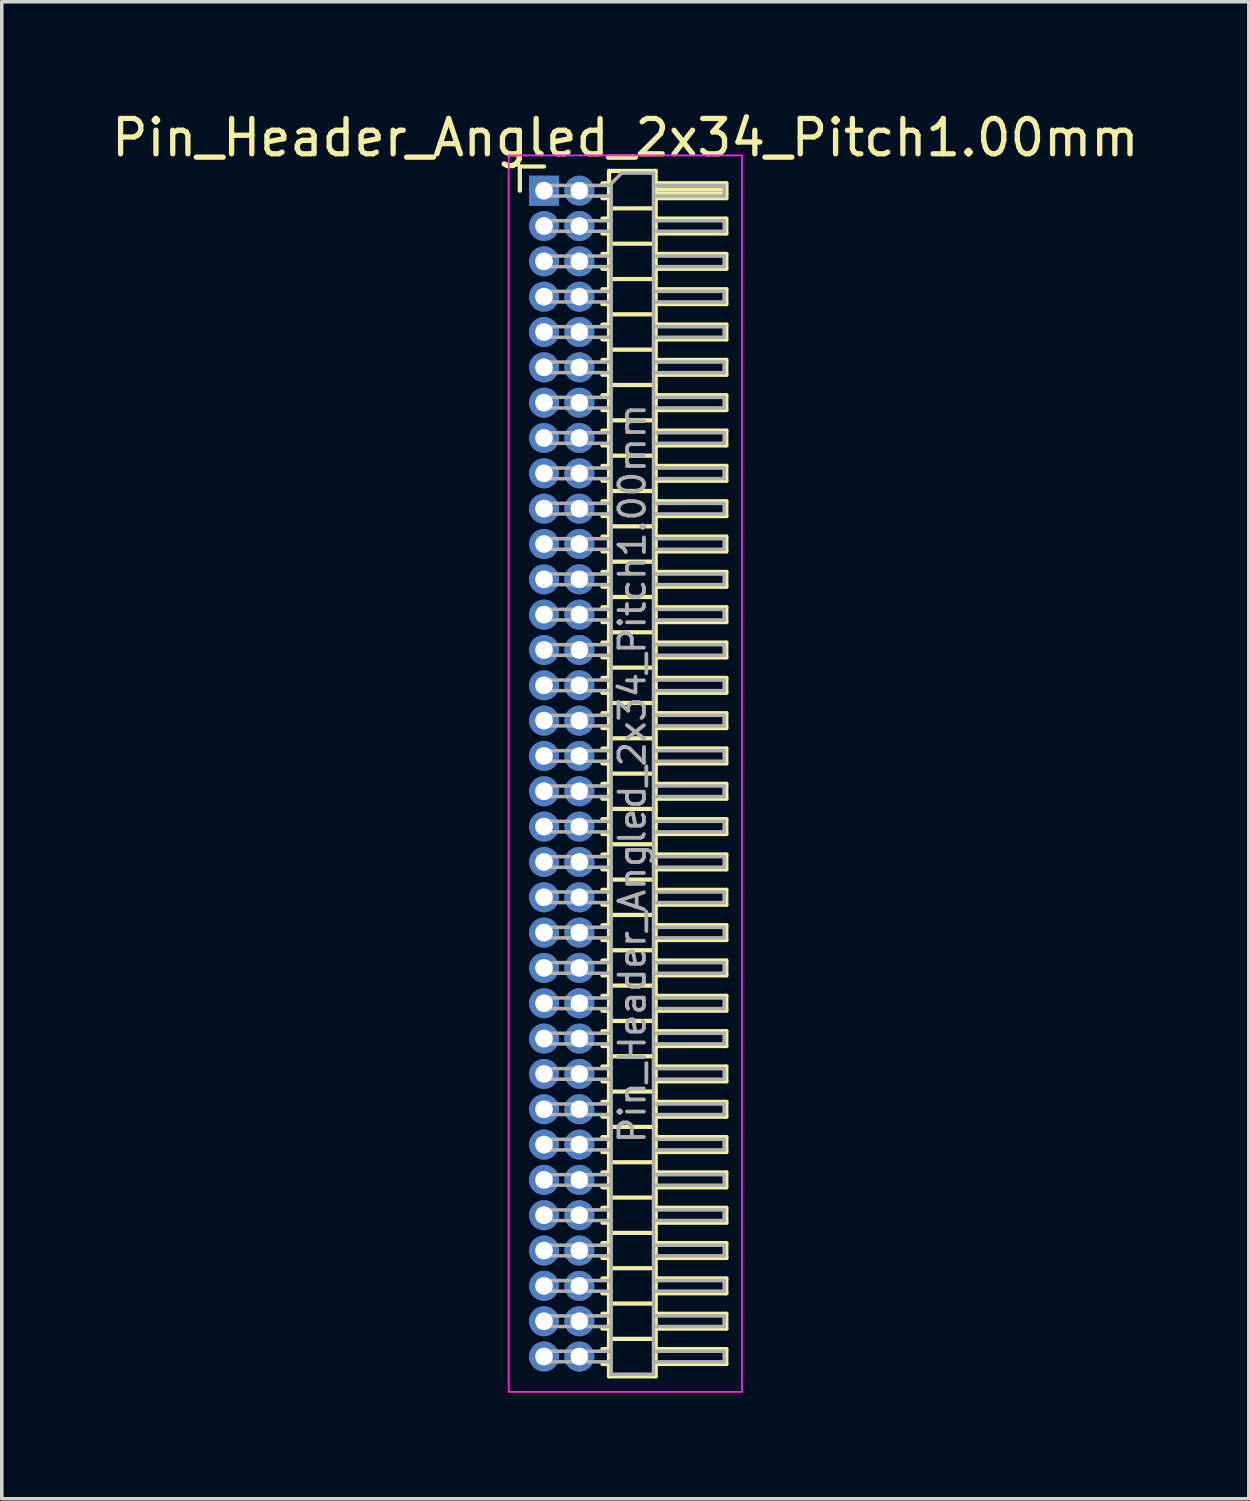
<source format=kicad_pcb>
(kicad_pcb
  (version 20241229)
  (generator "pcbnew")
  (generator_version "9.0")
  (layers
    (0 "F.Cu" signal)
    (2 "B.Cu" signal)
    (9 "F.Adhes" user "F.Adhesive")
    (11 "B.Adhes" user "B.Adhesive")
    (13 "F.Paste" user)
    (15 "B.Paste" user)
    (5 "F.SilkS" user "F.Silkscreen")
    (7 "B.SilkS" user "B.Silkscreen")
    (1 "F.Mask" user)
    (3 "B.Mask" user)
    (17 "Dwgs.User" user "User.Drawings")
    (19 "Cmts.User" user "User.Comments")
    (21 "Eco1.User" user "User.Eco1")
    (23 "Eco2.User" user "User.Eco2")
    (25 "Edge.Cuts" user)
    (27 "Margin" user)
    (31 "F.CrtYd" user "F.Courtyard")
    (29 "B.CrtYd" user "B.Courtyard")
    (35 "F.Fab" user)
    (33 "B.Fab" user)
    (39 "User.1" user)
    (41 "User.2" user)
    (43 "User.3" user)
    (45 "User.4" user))
  (footprint "Pin_Header_Angled_2x34_Pitch1.00mm"
    (layer "F.Cu")
    (at 12.349 2.348)
    (property "Reference" "Pin_Header_Angled_2x34_Pitch1.00mm" (at 2.3 -1.5 0) (layer "F.SilkS") (effects (font (size 1 1) (thickness 0.15))))
    (attr through_hole)
    (fp_line (start -0.685 -0.685) (end 0 -0.685) (stroke (width 0.12) (type solid)) (layer "F.SilkS"))
    (fp_line (start -0.685 0) (end -0.685 -0.685) (stroke (width 0.12) (type solid)) (layer "F.SilkS"))
    (fp_line (start 1.652 -0.21) (end 1.84 -0.21) (stroke (width 0.12) (type solid)) (layer "F.SilkS"))
    (fp_line (start 1.652 0.21) (end 1.84 0.21) (stroke (width 0.12) (type solid)) (layer "F.SilkS"))
    (fp_line (start 1.652 0.79) (end 1.84 0.79) (stroke (width 0.12) (type solid)) (layer "F.SilkS"))
    (fp_line (start 1.652 1.21) (end 1.84 1.21) (stroke (width 0.12) (type solid)) (layer "F.SilkS"))
    (fp_line (start 1.652 1.79) (end 1.84 1.79) (stroke (width 0.12) (type solid)) (layer "F.SilkS"))
    (fp_line (start 1.652 2.21) (end 1.84 2.21) (stroke (width 0.12) (type solid)) (layer "F.SilkS"))
    (fp_line (start 1.652 2.79) (end 1.84 2.79) (stroke (width 0.12) (type solid)) (layer "F.SilkS"))
    (fp_line (start 1.652 3.21) (end 1.84 3.21) (stroke (width 0.12) (type solid)) (layer "F.SilkS"))
    (fp_line (start 1.652 3.79) (end 1.84 3.79) (stroke (width 0.12) (type solid)) (layer "F.SilkS"))
    (fp_line (start 1.652 4.21) (end 1.84 4.21) (stroke (width 0.12) (type solid)) (layer "F.SilkS"))
    (fp_line (start 1.652 4.79) (end 1.84 4.79) (stroke (width 0.12) (type solid)) (layer "F.SilkS"))
    (fp_line (start 1.652 5.21) (end 1.84 5.21) (stroke (width 0.12) (type solid)) (layer "F.SilkS"))
    (fp_line (start 1.652 5.79) (end 1.84 5.79) (stroke (width 0.12) (type solid)) (layer "F.SilkS"))
    (fp_line (start 1.652 6.21) (end 1.84 6.21) (stroke (width 0.12) (type solid)) (layer "F.SilkS"))
    (fp_line (start 1.652 6.79) (end 1.84 6.79) (stroke (width 0.12) (type solid)) (layer "F.SilkS"))
    (fp_line (start 1.652 7.21) (end 1.84 7.21) (stroke (width 0.12) (type solid)) (layer "F.SilkS"))
    (fp_line (start 1.652 7.79) (end 1.84 7.79) (stroke (width 0.12) (type solid)) (layer "F.SilkS"))
    (fp_line (start 1.652 8.21) (end 1.84 8.21) (stroke (width 0.12) (type solid)) (layer "F.SilkS"))
    (fp_line (start 1.652 8.79) (end 1.84 8.79) (stroke (width 0.12) (type solid)) (layer "F.SilkS"))
    (fp_line (start 1.652 9.21) (end 1.84 9.21) (stroke (width 0.12) (type solid)) (layer "F.SilkS"))
    (fp_line (start 1.652 9.79) (end 1.84 9.79) (stroke (width 0.12) (type solid)) (layer "F.SilkS"))
    (fp_line (start 1.652 10.21) (end 1.84 10.21) (stroke (width 0.12) (type solid)) (layer "F.SilkS"))
    (fp_line (start 1.652 10.79) (end 1.84 10.79) (stroke (width 0.12) (type solid)) (layer "F.SilkS"))
    (fp_line (start 1.652 11.21) (end 1.84 11.21) (stroke (width 0.12) (type solid)) (layer "F.SilkS"))
    (fp_line (start 1.652 11.79) (end 1.84 11.79) (stroke (width 0.12) (type solid)) (layer "F.SilkS"))
    (fp_line (start 1.652 12.21) (end 1.84 12.21) (stroke (width 0.12) (type solid)) (layer "F.SilkS"))
    (fp_line (start 1.652 12.79) (end 1.84 12.79) (stroke (width 0.12) (type solid)) (layer "F.SilkS"))
    (fp_line (start 1.652 13.21) (end 1.84 13.21) (stroke (width 0.12) (type solid)) (layer "F.SilkS"))
    (fp_line (start 1.652 13.79) (end 1.84 13.79) (stroke (width 0.12) (type solid)) (layer "F.SilkS"))
    (fp_line (start 1.652 14.21) (end 1.84 14.21) (stroke (width 0.12) (type solid)) (layer "F.SilkS"))
    (fp_line (start 1.652 14.79) (end 1.84 14.79) (stroke (width 0.12) (type solid)) (layer "F.SilkS"))
    (fp_line (start 1.652 15.21) (end 1.84 15.21) (stroke (width 0.12) (type solid)) (layer "F.SilkS"))
    (fp_line (start 1.652 15.79) (end 1.84 15.79) (stroke (width 0.12) (type solid)) (layer "F.SilkS"))
    (fp_line (start 1.652 16.21) (end 1.84 16.21) (stroke (width 0.12) (type solid)) (layer "F.SilkS"))
    (fp_line (start 1.652 16.79) (end 1.84 16.79) (stroke (width 0.12) (type solid)) (layer "F.SilkS"))
    (fp_line (start 1.652 17.21) (end 1.84 17.21) (stroke (width 0.12) (type solid)) (layer "F.SilkS"))
    (fp_line (start 1.652 17.79) (end 1.84 17.79) (stroke (width 0.12) (type solid)) (layer "F.SilkS"))
    (fp_line (start 1.652 18.21) (end 1.84 18.21) (stroke (width 0.12) (type solid)) (layer "F.SilkS"))
    (fp_line (start 1.652 18.79) (end 1.84 18.79) (stroke (width 0.12) (type solid)) (layer "F.SilkS"))
    (fp_line (start 1.652 19.21) (end 1.84 19.21) (stroke (width 0.12) (type solid)) (layer "F.SilkS"))
    (fp_line (start 1.652 19.79) (end 1.84 19.79) (stroke (width 0.12) (type solid)) (layer "F.SilkS"))
    (fp_line (start 1.652 20.21) (end 1.84 20.21) (stroke (width 0.12) (type solid)) (layer "F.SilkS"))
    (fp_line (start 1.652 20.79) (end 1.84 20.79) (stroke (width 0.12) (type solid)) (layer "F.SilkS"))
    (fp_line (start 1.652 21.21) (end 1.84 21.21) (stroke (width 0.12) (type solid)) (layer "F.SilkS"))
    (fp_line (start 1.652 21.79) (end 1.84 21.79) (stroke (width 0.12) (type solid)) (layer "F.SilkS"))
    (fp_line (start 1.652 22.21) (end 1.84 22.21) (stroke (width 0.12) (type solid)) (layer "F.SilkS"))
    (fp_line (start 1.652 22.79) (end 1.84 22.79) (stroke (width 0.12) (type solid)) (layer "F.SilkS"))
    (fp_line (start 1.652 23.21) (end 1.84 23.21) (stroke (width 0.12) (type solid)) (layer "F.SilkS"))
    (fp_line (start 1.652 23.79) (end 1.84 23.79) (stroke (width 0.12) (type solid)) (layer "F.SilkS"))
    (fp_line (start 1.652 24.21) (end 1.84 24.21) (stroke (width 0.12) (type solid)) (layer "F.SilkS"))
    (fp_line (start 1.652 24.79) (end 1.84 24.79) (stroke (width 0.12) (type solid)) (layer "F.SilkS"))
    (fp_line (start 1.652 25.21) (end 1.84 25.21) (stroke (width 0.12) (type solid)) (layer "F.SilkS"))
    (fp_line (start 1.652 25.79) (end 1.84 25.79) (stroke (width 0.12) (type solid)) (layer "F.SilkS"))
    (fp_line (start 1.652 26.21) (end 1.84 26.21) (stroke (width 0.12) (type solid)) (layer "F.SilkS"))
    (fp_line (start 1.652 26.79) (end 1.84 26.79) (stroke (width 0.12) (type solid)) (layer "F.SilkS"))
    (fp_line (start 1.652 27.21) (end 1.84 27.21) (stroke (width 0.12) (type solid)) (layer "F.SilkS"))
    (fp_line (start 1.652 27.79) (end 1.84 27.79) (stroke (width 0.12) (type solid)) (layer "F.SilkS"))
    (fp_line (start 1.652 28.21) (end 1.84 28.21) (stroke (width 0.12) (type solid)) (layer "F.SilkS"))
    (fp_line (start 1.652 28.79) (end 1.84 28.79) (stroke (width 0.12) (type solid)) (layer "F.SilkS"))
    (fp_line (start 1.652 29.21) (end 1.84 29.21) (stroke (width 0.12) (type solid)) (layer "F.SilkS"))
    (fp_line (start 1.652 29.79) (end 1.84 29.79) (stroke (width 0.12) (type solid)) (layer "F.SilkS"))
    (fp_line (start 1.652 30.21) (end 1.84 30.21) (stroke (width 0.12) (type solid)) (layer "F.SilkS"))
    (fp_line (start 1.652 30.79) (end 1.84 30.79) (stroke (width 0.12) (type solid)) (layer "F.SilkS"))
    (fp_line (start 1.652 31.21) (end 1.84 31.21) (stroke (width 0.12) (type solid)) (layer "F.SilkS"))
    (fp_line (start 1.652 31.79) (end 1.84 31.79) (stroke (width 0.12) (type solid)) (layer "F.SilkS"))
    (fp_line (start 1.652 32.21) (end 1.84 32.21) (stroke (width 0.12) (type solid)) (layer "F.SilkS"))
    (fp_line (start 1.652 32.79) (end 1.84 32.79) (stroke (width 0.12) (type solid)) (layer "F.SilkS"))
    (fp_line (start 1.652 33.21) (end 1.84 33.21) (stroke (width 0.12) (type solid)) (layer "F.SilkS"))
    (fp_line (start 1.84 -0.56) (end 1.84 33.56) (stroke (width 0.12) (type solid)) (layer "F.SilkS"))
    (fp_line (start 1.84 0.5) (end 3.16 0.5) (stroke (width 0.12) (type solid)) (layer "F.SilkS"))
    (fp_line (start 1.84 1.5) (end 3.16 1.5) (stroke (width 0.12) (type solid)) (layer "F.SilkS"))
    (fp_line (start 1.84 2.5) (end 3.16 2.5) (stroke (width 0.12) (type solid)) (layer "F.SilkS"))
    (fp_line (start 1.84 3.5) (end 3.16 3.5) (stroke (width 0.12) (type solid)) (layer "F.SilkS"))
    (fp_line (start 1.84 4.5) (end 3.16 4.5) (stroke (width 0.12) (type solid)) (layer "F.SilkS"))
    (fp_line (start 1.84 5.5) (end 3.16 5.5) (stroke (width 0.12) (type solid)) (layer "F.SilkS"))
    (fp_line (start 1.84 6.5) (end 3.16 6.5) (stroke (width 0.12) (type solid)) (layer "F.SilkS"))
    (fp_line (start 1.84 7.5) (end 3.16 7.5) (stroke (width 0.12) (type solid)) (layer "F.SilkS"))
    (fp_line (start 1.84 8.5) (end 3.16 8.5) (stroke (width 0.12) (type solid)) (layer "F.SilkS"))
    (fp_line (start 1.84 9.5) (end 3.16 9.5) (stroke (width 0.12) (type solid)) (layer "F.SilkS"))
    (fp_line (start 1.84 10.5) (end 3.16 10.5) (stroke (width 0.12) (type solid)) (layer "F.SilkS"))
    (fp_line (start 1.84 11.5) (end 3.16 11.5) (stroke (width 0.12) (type solid)) (layer "F.SilkS"))
    (fp_line (start 1.84 12.5) (end 3.16 12.5) (stroke (width 0.12) (type solid)) (layer "F.SilkS"))
    (fp_line (start 1.84 13.5) (end 3.16 13.5) (stroke (width 0.12) (type solid)) (layer "F.SilkS"))
    (fp_line (start 1.84 14.5) (end 3.16 14.5) (stroke (width 0.12) (type solid)) (layer "F.SilkS"))
    (fp_line (start 1.84 15.5) (end 3.16 15.5) (stroke (width 0.12) (type solid)) (layer "F.SilkS"))
    (fp_line (start 1.84 16.5) (end 3.16 16.5) (stroke (width 0.12) (type solid)) (layer "F.SilkS"))
    (fp_line (start 1.84 17.5) (end 3.16 17.5) (stroke (width 0.12) (type solid)) (layer "F.SilkS"))
    (fp_line (start 1.84 18.5) (end 3.16 18.5) (stroke (width 0.12) (type solid)) (layer "F.SilkS"))
    (fp_line (start 1.84 19.5) (end 3.16 19.5) (stroke (width 0.12) (type solid)) (layer "F.SilkS"))
    (fp_line (start 1.84 20.5) (end 3.16 20.5) (stroke (width 0.12) (type solid)) (layer "F.SilkS"))
    (fp_line (start 1.84 21.5) (end 3.16 21.5) (stroke (width 0.12) (type solid)) (layer "F.SilkS"))
    (fp_line (start 1.84 22.5) (end 3.16 22.5) (stroke (width 0.12) (type solid)) (layer "F.SilkS"))
    (fp_line (start 1.84 23.5) (end 3.16 23.5) (stroke (width 0.12) (type solid)) (layer "F.SilkS"))
    (fp_line (start 1.84 24.5) (end 3.16 24.5) (stroke (width 0.12) (type solid)) (layer "F.SilkS"))
    (fp_line (start 1.84 25.5) (end 3.16 25.5) (stroke (width 0.12) (type solid)) (layer "F.SilkS"))
    (fp_line (start 1.84 26.5) (end 3.16 26.5) (stroke (width 0.12) (type solid)) (layer "F.SilkS"))
    (fp_line (start 1.84 27.5) (end 3.16 27.5) (stroke (width 0.12) (type solid)) (layer "F.SilkS"))
    (fp_line (start 1.84 28.5) (end 3.16 28.5) (stroke (width 0.12) (type solid)) (layer "F.SilkS"))
    (fp_line (start 1.84 29.5) (end 3.16 29.5) (stroke (width 0.12) (type solid)) (layer "F.SilkS"))
    (fp_line (start 1.84 30.5) (end 3.16 30.5) (stroke (width 0.12) (type solid)) (layer "F.SilkS"))
    (fp_line (start 1.84 31.5) (end 3.16 31.5) (stroke (width 0.12) (type solid)) (layer "F.SilkS"))
    (fp_line (start 1.84 32.5) (end 3.16 32.5) (stroke (width 0.12) (type solid)) (layer "F.SilkS"))
    (fp_line (start 1.84 33.56) (end 3.16 33.56) (stroke (width 0.12) (type solid)) (layer "F.SilkS"))
    (fp_line (start 3.16 -0.56) (end 1.84 -0.56) (stroke (width 0.12) (type solid)) (layer "F.SilkS"))
    (fp_line (start 3.16 -0.21) (end 5.16 -0.21) (stroke (width 0.12) (type solid)) (layer "F.SilkS"))
    (fp_line (start 3.16 -0.15) (end 5.16 -0.15) (stroke (width 0.12) (type solid)) (layer "F.SilkS"))
    (fp_line (start 3.16 -0.03) (end 5.16 -0.03) (stroke (width 0.12) (type solid)) (layer "F.SilkS"))
    (fp_line (start 3.16 0.09) (end 5.16 0.09) (stroke (width 0.12) (type solid)) (layer "F.SilkS"))
    (fp_line (start 3.16 0.79) (end 5.16 0.79) (stroke (width 0.12) (type solid)) (layer "F.SilkS"))
    (fp_line (start 3.16 1.79) (end 5.16 1.79) (stroke (width 0.12) (type solid)) (layer "F.SilkS"))
    (fp_line (start 3.16 2.79) (end 5.16 2.79) (stroke (width 0.12) (type solid)) (layer "F.SilkS"))
    (fp_line (start 3.16 3.79) (end 5.16 3.79) (stroke (width 0.12) (type solid)) (layer "F.SilkS"))
    (fp_line (start 3.16 4.79) (end 5.16 4.79) (stroke (width 0.12) (type solid)) (layer "F.SilkS"))
    (fp_line (start 3.16 5.79) (end 5.16 5.79) (stroke (width 0.12) (type solid)) (layer "F.SilkS"))
    (fp_line (start 3.16 6.79) (end 5.16 6.79) (stroke (width 0.12) (type solid)) (layer "F.SilkS"))
    (fp_line (start 3.16 7.79) (end 5.16 7.79) (stroke (width 0.12) (type solid)) (layer "F.SilkS"))
    (fp_line (start 3.16 8.79) (end 5.16 8.79) (stroke (width 0.12) (type solid)) (layer "F.SilkS"))
    (fp_line (start 3.16 9.79) (end 5.16 9.79) (stroke (width 0.12) (type solid)) (layer "F.SilkS"))
    (fp_line (start 3.16 10.79) (end 5.16 10.79) (stroke (width 0.12) (type solid)) (layer "F.SilkS"))
    (fp_line (start 3.16 11.79) (end 5.16 11.79) (stroke (width 0.12) (type solid)) (layer "F.SilkS"))
    (fp_line (start 3.16 12.79) (end 5.16 12.79) (stroke (width 0.12) (type solid)) (layer "F.SilkS"))
    (fp_line (start 3.16 13.79) (end 5.16 13.79) (stroke (width 0.12) (type solid)) (layer "F.SilkS"))
    (fp_line (start 3.16 14.79) (end 5.16 14.79) (stroke (width 0.12) (type solid)) (layer "F.SilkS"))
    (fp_line (start 3.16 15.79) (end 5.16 15.79) (stroke (width 0.12) (type solid)) (layer "F.SilkS"))
    (fp_line (start 3.16 16.79) (end 5.16 16.79) (stroke (width 0.12) (type solid)) (layer "F.SilkS"))
    (fp_line (start 3.16 17.79) (end 5.16 17.79) (stroke (width 0.12) (type solid)) (layer "F.SilkS"))
    (fp_line (start 3.16 18.79) (end 5.16 18.79) (stroke (width 0.12) (type solid)) (layer "F.SilkS"))
    (fp_line (start 3.16 19.79) (end 5.16 19.79) (stroke (width 0.12) (type solid)) (layer "F.SilkS"))
    (fp_line (start 3.16 20.79) (end 5.16 20.79) (stroke (width 0.12) (type solid)) (layer "F.SilkS"))
    (fp_line (start 3.16 21.79) (end 5.16 21.79) (stroke (width 0.12) (type solid)) (layer "F.SilkS"))
    (fp_line (start 3.16 22.79) (end 5.16 22.79) (stroke (width 0.12) (type solid)) (layer "F.SilkS"))
    (fp_line (start 3.16 23.79) (end 5.16 23.79) (stroke (width 0.12) (type solid)) (layer "F.SilkS"))
    (fp_line (start 3.16 24.79) (end 5.16 24.79) (stroke (width 0.12) (type solid)) (layer "F.SilkS"))
    (fp_line (start 3.16 25.79) (end 5.16 25.79) (stroke (width 0.12) (type solid)) (layer "F.SilkS"))
    (fp_line (start 3.16 26.79) (end 5.16 26.79) (stroke (width 0.12) (type solid)) (layer "F.SilkS"))
    (fp_line (start 3.16 27.79) (end 5.16 27.79) (stroke (width 0.12) (type solid)) (layer "F.SilkS"))
    (fp_line (start 3.16 28.79) (end 5.16 28.79) (stroke (width 0.12) (type solid)) (layer "F.SilkS"))
    (fp_line (start 3.16 29.79) (end 5.16 29.79) (stroke (width 0.12) (type solid)) (layer "F.SilkS"))
    (fp_line (start 3.16 30.79) (end 5.16 30.79) (stroke (width 0.12) (type solid)) (layer "F.SilkS"))
    (fp_line (start 3.16 31.79) (end 5.16 31.79) (stroke (width 0.12) (type solid)) (layer "F.SilkS"))
    (fp_line (start 3.16 32.79) (end 5.16 32.79) (stroke (width 0.12) (type solid)) (layer "F.SilkS"))
    (fp_line (start 3.16 33.56) (end 3.16 -0.56) (stroke (width 0.12) (type solid)) (layer "F.SilkS"))
    (fp_line (start 5.16 -0.21) (end 5.16 0.21) (stroke (width 0.12) (type solid)) (layer "F.SilkS"))
    (fp_line (start 5.16 0.21) (end 3.16 0.21) (stroke (width 0.12) (type solid)) (layer "F.SilkS"))
    (fp_line (start 5.16 0.79) (end 5.16 1.21) (stroke (width 0.12) (type solid)) (layer "F.SilkS"))
    (fp_line (start 5.16 1.21) (end 3.16 1.21) (stroke (width 0.12) (type solid)) (layer "F.SilkS"))
    (fp_line (start 5.16 1.79) (end 5.16 2.21) (stroke (width 0.12) (type solid)) (layer "F.SilkS"))
    (fp_line (start 5.16 2.21) (end 3.16 2.21) (stroke (width 0.12) (type solid)) (layer "F.SilkS"))
    (fp_line (start 5.16 2.79) (end 5.16 3.21) (stroke (width 0.12) (type solid)) (layer "F.SilkS"))
    (fp_line (start 5.16 3.21) (end 3.16 3.21) (stroke (width 0.12) (type solid)) (layer "F.SilkS"))
    (fp_line (start 5.16 3.79) (end 5.16 4.21) (stroke (width 0.12) (type solid)) (layer "F.SilkS"))
    (fp_line (start 5.16 4.21) (end 3.16 4.21) (stroke (width 0.12) (type solid)) (layer "F.SilkS"))
    (fp_line (start 5.16 4.79) (end 5.16 5.21) (stroke (width 0.12) (type solid)) (layer "F.SilkS"))
    (fp_line (start 5.16 5.21) (end 3.16 5.21) (stroke (width 0.12) (type solid)) (layer "F.SilkS"))
    (fp_line (start 5.16 5.79) (end 5.16 6.21) (stroke (width 0.12) (type solid)) (layer "F.SilkS"))
    (fp_line (start 5.16 6.21) (end 3.16 6.21) (stroke (width 0.12) (type solid)) (layer "F.SilkS"))
    (fp_line (start 5.16 6.79) (end 5.16 7.21) (stroke (width 0.12) (type solid)) (layer "F.SilkS"))
    (fp_line (start 5.16 7.21) (end 3.16 7.21) (stroke (width 0.12) (type solid)) (layer "F.SilkS"))
    (fp_line (start 5.16 7.79) (end 5.16 8.21) (stroke (width 0.12) (type solid)) (layer "F.SilkS"))
    (fp_line (start 5.16 8.21) (end 3.16 8.21) (stroke (width 0.12) (type solid)) (layer "F.SilkS"))
    (fp_line (start 5.16 8.79) (end 5.16 9.21) (stroke (width 0.12) (type solid)) (layer "F.SilkS"))
    (fp_line (start 5.16 9.21) (end 3.16 9.21) (stroke (width 0.12) (type solid)) (layer "F.SilkS"))
    (fp_line (start 5.16 9.79) (end 5.16 10.21) (stroke (width 0.12) (type solid)) (layer "F.SilkS"))
    (fp_line (start 5.16 10.21) (end 3.16 10.21) (stroke (width 0.12) (type solid)) (layer "F.SilkS"))
    (fp_line (start 5.16 10.79) (end 5.16 11.21) (stroke (width 0.12) (type solid)) (layer "F.SilkS"))
    (fp_line (start 5.16 11.21) (end 3.16 11.21) (stroke (width 0.12) (type solid)) (layer "F.SilkS"))
    (fp_line (start 5.16 11.79) (end 5.16 12.21) (stroke (width 0.12) (type solid)) (layer "F.SilkS"))
    (fp_line (start 5.16 12.21) (end 3.16 12.21) (stroke (width 0.12) (type solid)) (layer "F.SilkS"))
    (fp_line (start 5.16 12.79) (end 5.16 13.21) (stroke (width 0.12) (type solid)) (layer "F.SilkS"))
    (fp_line (start 5.16 13.21) (end 3.16 13.21) (stroke (width 0.12) (type solid)) (layer "F.SilkS"))
    (fp_line (start 5.16 13.79) (end 5.16 14.21) (stroke (width 0.12) (type solid)) (layer "F.SilkS"))
    (fp_line (start 5.16 14.21) (end 3.16 14.21) (stroke (width 0.12) (type solid)) (layer "F.SilkS"))
    (fp_line (start 5.16 14.79) (end 5.16 15.21) (stroke (width 0.12) (type solid)) (layer "F.SilkS"))
    (fp_line (start 5.16 15.21) (end 3.16 15.21) (stroke (width 0.12) (type solid)) (layer "F.SilkS"))
    (fp_line (start 5.16 15.79) (end 5.16 16.21) (stroke (width 0.12) (type solid)) (layer "F.SilkS"))
    (fp_line (start 5.16 16.21) (end 3.16 16.21) (stroke (width 0.12) (type solid)) (layer "F.SilkS"))
    (fp_line (start 5.16 16.79) (end 5.16 17.21) (stroke (width 0.12) (type solid)) (layer "F.SilkS"))
    (fp_line (start 5.16 17.21) (end 3.16 17.21) (stroke (width 0.12) (type solid)) (layer "F.SilkS"))
    (fp_line (start 5.16 17.79) (end 5.16 18.21) (stroke (width 0.12) (type solid)) (layer "F.SilkS"))
    (fp_line (start 5.16 18.21) (end 3.16 18.21) (stroke (width 0.12) (type solid)) (layer "F.SilkS"))
    (fp_line (start 5.16 18.79) (end 5.16 19.21) (stroke (width 0.12) (type solid)) (layer "F.SilkS"))
    (fp_line (start 5.16 19.21) (end 3.16 19.21) (stroke (width 0.12) (type solid)) (layer "F.SilkS"))
    (fp_line (start 5.16 19.79) (end 5.16 20.21) (stroke (width 0.12) (type solid)) (layer "F.SilkS"))
    (fp_line (start 5.16 20.21) (end 3.16 20.21) (stroke (width 0.12) (type solid)) (layer "F.SilkS"))
    (fp_line (start 5.16 20.79) (end 5.16 21.21) (stroke (width 0.12) (type solid)) (layer "F.SilkS"))
    (fp_line (start 5.16 21.21) (end 3.16 21.21) (stroke (width 0.12) (type solid)) (layer "F.SilkS"))
    (fp_line (start 5.16 21.79) (end 5.16 22.21) (stroke (width 0.12) (type solid)) (layer "F.SilkS"))
    (fp_line (start 5.16 22.21) (end 3.16 22.21) (stroke (width 0.12) (type solid)) (layer "F.SilkS"))
    (fp_line (start 5.16 22.79) (end 5.16 23.21) (stroke (width 0.12) (type solid)) (layer "F.SilkS"))
    (fp_line (start 5.16 23.21) (end 3.16 23.21) (stroke (width 0.12) (type solid)) (layer "F.SilkS"))
    (fp_line (start 5.16 23.79) (end 5.16 24.21) (stroke (width 0.12) (type solid)) (layer "F.SilkS"))
    (fp_line (start 5.16 24.21) (end 3.16 24.21) (stroke (width 0.12) (type solid)) (layer "F.SilkS"))
    (fp_line (start 5.16 24.79) (end 5.16 25.21) (stroke (width 0.12) (type solid)) (layer "F.SilkS"))
    (fp_line (start 5.16 25.21) (end 3.16 25.21) (stroke (width 0.12) (type solid)) (layer "F.SilkS"))
    (fp_line (start 5.16 25.79) (end 5.16 26.21) (stroke (width 0.12) (type solid)) (layer "F.SilkS"))
    (fp_line (start 5.16 26.21) (end 3.16 26.21) (stroke (width 0.12) (type solid)) (layer "F.SilkS"))
    (fp_line (start 5.16 26.79) (end 5.16 27.21) (stroke (width 0.12) (type solid)) (layer "F.SilkS"))
    (fp_line (start 5.16 27.21) (end 3.16 27.21) (stroke (width 0.12) (type solid)) (layer "F.SilkS"))
    (fp_line (start 5.16 27.79) (end 5.16 28.21) (stroke (width 0.12) (type solid)) (layer "F.SilkS"))
    (fp_line (start 5.16 28.21) (end 3.16 28.21) (stroke (width 0.12) (type solid)) (layer "F.SilkS"))
    (fp_line (start 5.16 28.79) (end 5.16 29.21) (stroke (width 0.12) (type solid)) (layer "F.SilkS"))
    (fp_line (start 5.16 29.21) (end 3.16 29.21) (stroke (width 0.12) (type solid)) (layer "F.SilkS"))
    (fp_line (start 5.16 29.79) (end 5.16 30.21) (stroke (width 0.12) (type solid)) (layer "F.SilkS"))
    (fp_line (start 5.16 30.21) (end 3.16 30.21) (stroke (width 0.12) (type solid)) (layer "F.SilkS"))
    (fp_line (start 5.16 30.79) (end 5.16 31.21) (stroke (width 0.12) (type solid)) (layer "F.SilkS"))
    (fp_line (start 5.16 31.21) (end 3.16 31.21) (stroke (width 0.12) (type solid)) (layer "F.SilkS"))
    (fp_line (start 5.16 31.79) (end 5.16 32.21) (stroke (width 0.12) (type solid)) (layer "F.SilkS"))
    (fp_line (start 5.16 32.21) (end 3.16 32.21) (stroke (width 0.12) (type solid)) (layer "F.SilkS"))
    (fp_line (start 5.16 32.79) (end 5.16 33.21) (stroke (width 0.12) (type solid)) (layer "F.SilkS"))
    (fp_line (start 5.16 33.21) (end 3.16 33.21) (stroke (width 0.12) (type solid)) (layer "F.SilkS"))
    (fp_line (start -1 -1) (end -1 34) (stroke (width 0.05) (type solid)) (layer "F.CrtYd"))
    (fp_line (start -1 34) (end 5.6 34) (stroke (width 0.05) (type solid)) (layer "F.CrtYd"))
    (fp_line (start 5.6 -1) (end -1 -1) (stroke (width 0.05) (type solid)) (layer "F.CrtYd"))
    (fp_line (start 5.6 34) (end 5.6 -1) (stroke (width 0.05) (type solid)) (layer "F.CrtYd"))
    (fp_line (start -0.15 -0.15) (end -0.15 0.15) (stroke (width 0.1) (type solid)) (layer "F.Fab"))
    (fp_line (start -0.15 -0.15) (end 1.9 -0.15) (stroke (width 0.1) (type solid)) (layer "F.Fab"))
    (fp_line (start -0.15 0.15) (end 1.9 0.15) (stroke (width 0.1) (type solid)) (layer "F.Fab"))
    (fp_line (start -0.15 0.85) (end -0.15 1.15) (stroke (width 0.1) (type solid)) (layer "F.Fab"))
    (fp_line (start -0.15 0.85) (end 1.9 0.85) (stroke (width 0.1) (type solid)) (layer "F.Fab"))
    (fp_line (start -0.15 1.15) (end 1.9 1.15) (stroke (width 0.1) (type solid)) (layer "F.Fab"))
    (fp_line (start -0.15 1.85) (end -0.15 2.15) (stroke (width 0.1) (type solid)) (layer "F.Fab"))
    (fp_line (start -0.15 1.85) (end 1.9 1.85) (stroke (width 0.1) (type solid)) (layer "F.Fab"))
    (fp_line (start -0.15 2.15) (end 1.9 2.15) (stroke (width 0.1) (type solid)) (layer "F.Fab"))
    (fp_line (start -0.15 2.85) (end -0.15 3.15) (stroke (width 0.1) (type solid)) (layer "F.Fab"))
    (fp_line (start -0.15 2.85) (end 1.9 2.85) (stroke (width 0.1) (type solid)) (layer "F.Fab"))
    (fp_line (start -0.15 3.15) (end 1.9 3.15) (stroke (width 0.1) (type solid)) (layer "F.Fab"))
    (fp_line (start -0.15 3.85) (end -0.15 4.15) (stroke (width 0.1) (type solid)) (layer "F.Fab"))
    (fp_line (start -0.15 3.85) (end 1.9 3.85) (stroke (width 0.1) (type solid)) (layer "F.Fab"))
    (fp_line (start -0.15 4.15) (end 1.9 4.15) (stroke (width 0.1) (type solid)) (layer "F.Fab"))
    (fp_line (start -0.15 4.85) (end -0.15 5.15) (stroke (width 0.1) (type solid)) (layer "F.Fab"))
    (fp_line (start -0.15 4.85) (end 1.9 4.85) (stroke (width 0.1) (type solid)) (layer "F.Fab"))
    (fp_line (start -0.15 5.15) (end 1.9 5.15) (stroke (width 0.1) (type solid)) (layer "F.Fab"))
    (fp_line (start -0.15 5.85) (end -0.15 6.15) (stroke (width 0.1) (type solid)) (layer "F.Fab"))
    (fp_line (start -0.15 5.85) (end 1.9 5.85) (stroke (width 0.1) (type solid)) (layer "F.Fab"))
    (fp_line (start -0.15 6.15) (end 1.9 6.15) (stroke (width 0.1) (type solid)) (layer "F.Fab"))
    (fp_line (start -0.15 6.85) (end -0.15 7.15) (stroke (width 0.1) (type solid)) (layer "F.Fab"))
    (fp_line (start -0.15 6.85) (end 1.9 6.85) (stroke (width 0.1) (type solid)) (layer "F.Fab"))
    (fp_line (start -0.15 7.15) (end 1.9 7.15) (stroke (width 0.1) (type solid)) (layer "F.Fab"))
    (fp_line (start -0.15 7.85) (end -0.15 8.15) (stroke (width 0.1) (type solid)) (layer "F.Fab"))
    (fp_line (start -0.15 7.85) (end 1.9 7.85) (stroke (width 0.1) (type solid)) (layer "F.Fab"))
    (fp_line (start -0.15 8.15) (end 1.9 8.15) (stroke (width 0.1) (type solid)) (layer "F.Fab"))
    (fp_line (start -0.15 8.85) (end -0.15 9.15) (stroke (width 0.1) (type solid)) (layer "F.Fab"))
    (fp_line (start -0.15 8.85) (end 1.9 8.85) (stroke (width 0.1) (type solid)) (layer "F.Fab"))
    (fp_line (start -0.15 9.15) (end 1.9 9.15) (stroke (width 0.1) (type solid)) (layer "F.Fab"))
    (fp_line (start -0.15 9.85) (end -0.15 10.15) (stroke (width 0.1) (type solid)) (layer "F.Fab"))
    (fp_line (start -0.15 9.85) (end 1.9 9.85) (stroke (width 0.1) (type solid)) (layer "F.Fab"))
    (fp_line (start -0.15 10.15) (end 1.9 10.15) (stroke (width 0.1) (type solid)) (layer "F.Fab"))
    (fp_line (start -0.15 10.85) (end -0.15 11.15) (stroke (width 0.1) (type solid)) (layer "F.Fab"))
    (fp_line (start -0.15 10.85) (end 1.9 10.85) (stroke (width 0.1) (type solid)) (layer "F.Fab"))
    (fp_line (start -0.15 11.15) (end 1.9 11.15) (stroke (width 0.1) (type solid)) (layer "F.Fab"))
    (fp_line (start -0.15 11.85) (end -0.15 12.15) (stroke (width 0.1) (type solid)) (layer "F.Fab"))
    (fp_line (start -0.15 11.85) (end 1.9 11.85) (stroke (width 0.1) (type solid)) (layer "F.Fab"))
    (fp_line (start -0.15 12.15) (end 1.9 12.15) (stroke (width 0.1) (type solid)) (layer "F.Fab"))
    (fp_line (start -0.15 12.85) (end -0.15 13.15) (stroke (width 0.1) (type solid)) (layer "F.Fab"))
    (fp_line (start -0.15 12.85) (end 1.9 12.85) (stroke (width 0.1) (type solid)) (layer "F.Fab"))
    (fp_line (start -0.15 13.15) (end 1.9 13.15) (stroke (width 0.1) (type solid)) (layer "F.Fab"))
    (fp_line (start -0.15 13.85) (end -0.15 14.15) (stroke (width 0.1) (type solid)) (layer "F.Fab"))
    (fp_line (start -0.15 13.85) (end 1.9 13.85) (stroke (width 0.1) (type solid)) (layer "F.Fab"))
    (fp_line (start -0.15 14.15) (end 1.9 14.15) (stroke (width 0.1) (type solid)) (layer "F.Fab"))
    (fp_line (start -0.15 14.85) (end -0.15 15.15) (stroke (width 0.1) (type solid)) (layer "F.Fab"))
    (fp_line (start -0.15 14.85) (end 1.9 14.85) (stroke (width 0.1) (type solid)) (layer "F.Fab"))
    (fp_line (start -0.15 15.15) (end 1.9 15.15) (stroke (width 0.1) (type solid)) (layer "F.Fab"))
    (fp_line (start -0.15 15.85) (end -0.15 16.15) (stroke (width 0.1) (type solid)) (layer "F.Fab"))
    (fp_line (start -0.15 15.85) (end 1.9 15.85) (stroke (width 0.1) (type solid)) (layer "F.Fab"))
    (fp_line (start -0.15 16.15) (end 1.9 16.15) (stroke (width 0.1) (type solid)) (layer "F.Fab"))
    (fp_line (start -0.15 16.85) (end -0.15 17.15) (stroke (width 0.1) (type solid)) (layer "F.Fab"))
    (fp_line (start -0.15 16.85) (end 1.9 16.85) (stroke (width 0.1) (type solid)) (layer "F.Fab"))
    (fp_line (start -0.15 17.15) (end 1.9 17.15) (stroke (width 0.1) (type solid)) (layer "F.Fab"))
    (fp_line (start -0.15 17.85) (end -0.15 18.15) (stroke (width 0.1) (type solid)) (layer "F.Fab"))
    (fp_line (start -0.15 17.85) (end 1.9 17.85) (stroke (width 0.1) (type solid)) (layer "F.Fab"))
    (fp_line (start -0.15 18.15) (end 1.9 18.15) (stroke (width 0.1) (type solid)) (layer "F.Fab"))
    (fp_line (start -0.15 18.85) (end -0.15 19.15) (stroke (width 0.1) (type solid)) (layer "F.Fab"))
    (fp_line (start -0.15 18.85) (end 1.9 18.85) (stroke (width 0.1) (type solid)) (layer "F.Fab"))
    (fp_line (start -0.15 19.15) (end 1.9 19.15) (stroke (width 0.1) (type solid)) (layer "F.Fab"))
    (fp_line (start -0.15 19.85) (end -0.15 20.15) (stroke (width 0.1) (type solid)) (layer "F.Fab"))
    (fp_line (start -0.15 19.85) (end 1.9 19.85) (stroke (width 0.1) (type solid)) (layer "F.Fab"))
    (fp_line (start -0.15 20.15) (end 1.9 20.15) (stroke (width 0.1) (type solid)) (layer "F.Fab"))
    (fp_line (start -0.15 20.85) (end -0.15 21.15) (stroke (width 0.1) (type solid)) (layer "F.Fab"))
    (fp_line (start -0.15 20.85) (end 1.9 20.85) (stroke (width 0.1) (type solid)) (layer "F.Fab"))
    (fp_line (start -0.15 21.15) (end 1.9 21.15) (stroke (width 0.1) (type solid)) (layer "F.Fab"))
    (fp_line (start -0.15 21.85) (end -0.15 22.15) (stroke (width 0.1) (type solid)) (layer "F.Fab"))
    (fp_line (start -0.15 21.85) (end 1.9 21.85) (stroke (width 0.1) (type solid)) (layer "F.Fab"))
    (fp_line (start -0.15 22.15) (end 1.9 22.15) (stroke (width 0.1) (type solid)) (layer "F.Fab"))
    (fp_line (start -0.15 22.85) (end -0.15 23.15) (stroke (width 0.1) (type solid)) (layer "F.Fab"))
    (fp_line (start -0.15 22.85) (end 1.9 22.85) (stroke (width 0.1) (type solid)) (layer "F.Fab"))
    (fp_line (start -0.15 23.15) (end 1.9 23.15) (stroke (width 0.1) (type solid)) (layer "F.Fab"))
    (fp_line (start -0.15 23.85) (end -0.15 24.15) (stroke (width 0.1) (type solid)) (layer "F.Fab"))
    (fp_line (start -0.15 23.85) (end 1.9 23.85) (stroke (width 0.1) (type solid)) (layer "F.Fab"))
    (fp_line (start -0.15 24.15) (end 1.9 24.15) (stroke (width 0.1) (type solid)) (layer "F.Fab"))
    (fp_line (start -0.15 24.85) (end -0.15 25.15) (stroke (width 0.1) (type solid)) (layer "F.Fab"))
    (fp_line (start -0.15 24.85) (end 1.9 24.85) (stroke (width 0.1) (type solid)) (layer "F.Fab"))
    (fp_line (start -0.15 25.15) (end 1.9 25.15) (stroke (width 0.1) (type solid)) (layer "F.Fab"))
    (fp_line (start -0.15 25.85) (end -0.15 26.15) (stroke (width 0.1) (type solid)) (layer "F.Fab"))
    (fp_line (start -0.15 25.85) (end 1.9 25.85) (stroke (width 0.1) (type solid)) (layer "F.Fab"))
    (fp_line (start -0.15 26.15) (end 1.9 26.15) (stroke (width 0.1) (type solid)) (layer "F.Fab"))
    (fp_line (start -0.15 26.85) (end -0.15 27.15) (stroke (width 0.1) (type solid)) (layer "F.Fab"))
    (fp_line (start -0.15 26.85) (end 1.9 26.85) (stroke (width 0.1) (type solid)) (layer "F.Fab"))
    (fp_line (start -0.15 27.15) (end 1.9 27.15) (stroke (width 0.1) (type solid)) (layer "F.Fab"))
    (fp_line (start -0.15 27.85) (end -0.15 28.15) (stroke (width 0.1) (type solid)) (layer "F.Fab"))
    (fp_line (start -0.15 27.85) (end 1.9 27.85) (stroke (width 0.1) (type solid)) (layer "F.Fab"))
    (fp_line (start -0.15 28.15) (end 1.9 28.15) (stroke (width 0.1) (type solid)) (layer "F.Fab"))
    (fp_line (start -0.15 28.85) (end -0.15 29.15) (stroke (width 0.1) (type solid)) (layer "F.Fab"))
    (fp_line (start -0.15 28.85) (end 1.9 28.85) (stroke (width 0.1) (type solid)) (layer "F.Fab"))
    (fp_line (start -0.15 29.15) (end 1.9 29.15) (stroke (width 0.1) (type solid)) (layer "F.Fab"))
    (fp_line (start -0.15 29.85) (end -0.15 30.15) (stroke (width 0.1) (type solid)) (layer "F.Fab"))
    (fp_line (start -0.15 29.85) (end 1.9 29.85) (stroke (width 0.1) (type solid)) (layer "F.Fab"))
    (fp_line (start -0.15 30.15) (end 1.9 30.15) (stroke (width 0.1) (type solid)) (layer "F.Fab"))
    (fp_line (start -0.15 30.85) (end -0.15 31.15) (stroke (width 0.1) (type solid)) (layer "F.Fab"))
    (fp_line (start -0.15 30.85) (end 1.9 30.85) (stroke (width 0.1) (type solid)) (layer "F.Fab"))
    (fp_line (start -0.15 31.15) (end 1.9 31.15) (stroke (width 0.1) (type solid)) (layer "F.Fab"))
    (fp_line (start -0.15 31.85) (end -0.15 32.15) (stroke (width 0.1) (type solid)) (layer "F.Fab"))
    (fp_line (start -0.15 31.85) (end 1.9 31.85) (stroke (width 0.1) (type solid)) (layer "F.Fab"))
    (fp_line (start -0.15 32.15) (end 1.9 32.15) (stroke (width 0.1) (type solid)) (layer "F.Fab"))
    (fp_line (start -0.15 32.85) (end -0.15 33.15) (stroke (width 0.1) (type solid)) (layer "F.Fab"))
    (fp_line (start -0.15 32.85) (end 1.9 32.85) (stroke (width 0.1) (type solid)) (layer "F.Fab"))
    (fp_line (start -0.15 33.15) (end 1.9 33.15) (stroke (width 0.1) (type solid)) (layer "F.Fab"))
    (fp_line (start 1.9 -0.2) (end 2.2 -0.5) (stroke (width 0.1) (type solid)) (layer "F.Fab"))
    (fp_line (start 1.9 33.5) (end 1.9 -0.2) (stroke (width 0.1) (type solid)) (layer "F.Fab"))
    (fp_line (start 2.2 -0.5) (end 3.1 -0.5) (stroke (width 0.1) (type solid)) (layer "F.Fab"))
    (fp_line (start 3.1 -0.5) (end 3.1 33.5) (stroke (width 0.1) (type solid)) (layer "F.Fab"))
    (fp_line (start 3.1 -0.15) (end 5.1 -0.15) (stroke (width 0.1) (type solid)) (layer "F.Fab"))
    (fp_line (start 3.1 0.15) (end 5.1 0.15) (stroke (width 0.1) (type solid)) (layer "F.Fab"))
    (fp_line (start 3.1 0.85) (end 5.1 0.85) (stroke (width 0.1) (type solid)) (layer "F.Fab"))
    (fp_line (start 3.1 1.15) (end 5.1 1.15) (stroke (width 0.1) (type solid)) (layer "F.Fab"))
    (fp_line (start 3.1 1.85) (end 5.1 1.85) (stroke (width 0.1) (type solid)) (layer "F.Fab"))
    (fp_line (start 3.1 2.15) (end 5.1 2.15) (stroke (width 0.1) (type solid)) (layer "F.Fab"))
    (fp_line (start 3.1 2.85) (end 5.1 2.85) (stroke (width 0.1) (type solid)) (layer "F.Fab"))
    (fp_line (start 3.1 3.15) (end 5.1 3.15) (stroke (width 0.1) (type solid)) (layer "F.Fab"))
    (fp_line (start 3.1 3.85) (end 5.1 3.85) (stroke (width 0.1) (type solid)) (layer "F.Fab"))
    (fp_line (start 3.1 4.15) (end 5.1 4.15) (stroke (width 0.1) (type solid)) (layer "F.Fab"))
    (fp_line (start 3.1 4.85) (end 5.1 4.85) (stroke (width 0.1) (type solid)) (layer "F.Fab"))
    (fp_line (start 3.1 5.15) (end 5.1 5.15) (stroke (width 0.1) (type solid)) (layer "F.Fab"))
    (fp_line (start 3.1 5.85) (end 5.1 5.85) (stroke (width 0.1) (type solid)) (layer "F.Fab"))
    (fp_line (start 3.1 6.15) (end 5.1 6.15) (stroke (width 0.1) (type solid)) (layer "F.Fab"))
    (fp_line (start 3.1 6.85) (end 5.1 6.85) (stroke (width 0.1) (type solid)) (layer "F.Fab"))
    (fp_line (start 3.1 7.15) (end 5.1 7.15) (stroke (width 0.1) (type solid)) (layer "F.Fab"))
    (fp_line (start 3.1 7.85) (end 5.1 7.85) (stroke (width 0.1) (type solid)) (layer "F.Fab"))
    (fp_line (start 3.1 8.15) (end 5.1 8.15) (stroke (width 0.1) (type solid)) (layer "F.Fab"))
    (fp_line (start 3.1 8.85) (end 5.1 8.85) (stroke (width 0.1) (type solid)) (layer "F.Fab"))
    (fp_line (start 3.1 9.15) (end 5.1 9.15) (stroke (width 0.1) (type solid)) (layer "F.Fab"))
    (fp_line (start 3.1 9.85) (end 5.1 9.85) (stroke (width 0.1) (type solid)) (layer "F.Fab"))
    (fp_line (start 3.1 10.15) (end 5.1 10.15) (stroke (width 0.1) (type solid)) (layer "F.Fab"))
    (fp_line (start 3.1 10.85) (end 5.1 10.85) (stroke (width 0.1) (type solid)) (layer "F.Fab"))
    (fp_line (start 3.1 11.15) (end 5.1 11.15) (stroke (width 0.1) (type solid)) (layer "F.Fab"))
    (fp_line (start 3.1 11.85) (end 5.1 11.85) (stroke (width 0.1) (type solid)) (layer "F.Fab"))
    (fp_line (start 3.1 12.15) (end 5.1 12.15) (stroke (width 0.1) (type solid)) (layer "F.Fab"))
    (fp_line (start 3.1 12.85) (end 5.1 12.85) (stroke (width 0.1) (type solid)) (layer "F.Fab"))
    (fp_line (start 3.1 13.15) (end 5.1 13.15) (stroke (width 0.1) (type solid)) (layer "F.Fab"))
    (fp_line (start 3.1 13.85) (end 5.1 13.85) (stroke (width 0.1) (type solid)) (layer "F.Fab"))
    (fp_line (start 3.1 14.15) (end 5.1 14.15) (stroke (width 0.1) (type solid)) (layer "F.Fab"))
    (fp_line (start 3.1 14.85) (end 5.1 14.85) (stroke (width 0.1) (type solid)) (layer "F.Fab"))
    (fp_line (start 3.1 15.15) (end 5.1 15.15) (stroke (width 0.1) (type solid)) (layer "F.Fab"))
    (fp_line (start 3.1 15.85) (end 5.1 15.85) (stroke (width 0.1) (type solid)) (layer "F.Fab"))
    (fp_line (start 3.1 16.15) (end 5.1 16.15) (stroke (width 0.1) (type solid)) (layer "F.Fab"))
    (fp_line (start 3.1 16.85) (end 5.1 16.85) (stroke (width 0.1) (type solid)) (layer "F.Fab"))
    (fp_line (start 3.1 17.15) (end 5.1 17.15) (stroke (width 0.1) (type solid)) (layer "F.Fab"))
    (fp_line (start 3.1 17.85) (end 5.1 17.85) (stroke (width 0.1) (type solid)) (layer "F.Fab"))
    (fp_line (start 3.1 18.15) (end 5.1 18.15) (stroke (width 0.1) (type solid)) (layer "F.Fab"))
    (fp_line (start 3.1 18.85) (end 5.1 18.85) (stroke (width 0.1) (type solid)) (layer "F.Fab"))
    (fp_line (start 3.1 19.15) (end 5.1 19.15) (stroke (width 0.1) (type solid)) (layer "F.Fab"))
    (fp_line (start 3.1 19.85) (end 5.1 19.85) (stroke (width 0.1) (type solid)) (layer "F.Fab"))
    (fp_line (start 3.1 20.15) (end 5.1 20.15) (stroke (width 0.1) (type solid)) (layer "F.Fab"))
    (fp_line (start 3.1 20.85) (end 5.1 20.85) (stroke (width 0.1) (type solid)) (layer "F.Fab"))
    (fp_line (start 3.1 21.15) (end 5.1 21.15) (stroke (width 0.1) (type solid)) (layer "F.Fab"))
    (fp_line (start 3.1 21.85) (end 5.1 21.85) (stroke (width 0.1) (type solid)) (layer "F.Fab"))
    (fp_line (start 3.1 22.15) (end 5.1 22.15) (stroke (width 0.1) (type solid)) (layer "F.Fab"))
    (fp_line (start 3.1 22.85) (end 5.1 22.85) (stroke (width 0.1) (type solid)) (layer "F.Fab"))
    (fp_line (start 3.1 23.15) (end 5.1 23.15) (stroke (width 0.1) (type solid)) (layer "F.Fab"))
    (fp_line (start 3.1 23.85) (end 5.1 23.85) (stroke (width 0.1) (type solid)) (layer "F.Fab"))
    (fp_line (start 3.1 24.15) (end 5.1 24.15) (stroke (width 0.1) (type solid)) (layer "F.Fab"))
    (fp_line (start 3.1 24.85) (end 5.1 24.85) (stroke (width 0.1) (type solid)) (layer "F.Fab"))
    (fp_line (start 3.1 25.15) (end 5.1 25.15) (stroke (width 0.1) (type solid)) (layer "F.Fab"))
    (fp_line (start 3.1 25.85) (end 5.1 25.85) (stroke (width 0.1) (type solid)) (layer "F.Fab"))
    (fp_line (start 3.1 26.15) (end 5.1 26.15) (stroke (width 0.1) (type solid)) (layer "F.Fab"))
    (fp_line (start 3.1 26.85) (end 5.1 26.85) (stroke (width 0.1) (type solid)) (layer "F.Fab"))
    (fp_line (start 3.1 27.15) (end 5.1 27.15) (stroke (width 0.1) (type solid)) (layer "F.Fab"))
    (fp_line (start 3.1 27.85) (end 5.1 27.85) (stroke (width 0.1) (type solid)) (layer "F.Fab"))
    (fp_line (start 3.1 28.15) (end 5.1 28.15) (stroke (width 0.1) (type solid)) (layer "F.Fab"))
    (fp_line (start 3.1 28.85) (end 5.1 28.85) (stroke (width 0.1) (type solid)) (layer "F.Fab"))
    (fp_line (start 3.1 29.15) (end 5.1 29.15) (stroke (width 0.1) (type solid)) (layer "F.Fab"))
    (fp_line (start 3.1 29.85) (end 5.1 29.85) (stroke (width 0.1) (type solid)) (layer "F.Fab"))
    (fp_line (start 3.1 30.15) (end 5.1 30.15) (stroke (width 0.1) (type solid)) (layer "F.Fab"))
    (fp_line (start 3.1 30.85) (end 5.1 30.85) (stroke (width 0.1) (type solid)) (layer "F.Fab"))
    (fp_line (start 3.1 31.15) (end 5.1 31.15) (stroke (width 0.1) (type solid)) (layer "F.Fab"))
    (fp_line (start 3.1 31.85) (end 5.1 31.85) (stroke (width 0.1) (type solid)) (layer "F.Fab"))
    (fp_line (start 3.1 32.15) (end 5.1 32.15) (stroke (width 0.1) (type solid)) (layer "F.Fab"))
    (fp_line (start 3.1 32.85) (end 5.1 32.85) (stroke (width 0.1) (type solid)) (layer "F.Fab"))
    (fp_line (start 3.1 33.15) (end 5.1 33.15) (stroke (width 0.1) (type solid)) (layer "F.Fab"))
    (fp_line (start 3.1 33.5) (end 1.9 33.5) (stroke (width 0.1) (type solid)) (layer "F.Fab"))
    (fp_line (start 5.1 -0.15) (end 5.1 0.15) (stroke (width 0.1) (type solid)) (layer "F.Fab"))
    (fp_line (start 5.1 0.85) (end 5.1 1.15) (stroke (width 0.1) (type solid)) (layer "F.Fab"))
    (fp_line (start 5.1 1.85) (end 5.1 2.15) (stroke (width 0.1) (type solid)) (layer "F.Fab"))
    (fp_line (start 5.1 2.85) (end 5.1 3.15) (stroke (width 0.1) (type solid)) (layer "F.Fab"))
    (fp_line (start 5.1 3.85) (end 5.1 4.15) (stroke (width 0.1) (type solid)) (layer "F.Fab"))
    (fp_line (start 5.1 4.85) (end 5.1 5.15) (stroke (width 0.1) (type solid)) (layer "F.Fab"))
    (fp_line (start 5.1 5.85) (end 5.1 6.15) (stroke (width 0.1) (type solid)) (layer "F.Fab"))
    (fp_line (start 5.1 6.85) (end 5.1 7.15) (stroke (width 0.1) (type solid)) (layer "F.Fab"))
    (fp_line (start 5.1 7.85) (end 5.1 8.15) (stroke (width 0.1) (type solid)) (layer "F.Fab"))
    (fp_line (start 5.1 8.85) (end 5.1 9.15) (stroke (width 0.1) (type solid)) (layer "F.Fab"))
    (fp_line (start 5.1 9.85) (end 5.1 10.15) (stroke (width 0.1) (type solid)) (layer "F.Fab"))
    (fp_line (start 5.1 10.85) (end 5.1 11.15) (stroke (width 0.1) (type solid)) (layer "F.Fab"))
    (fp_line (start 5.1 11.85) (end 5.1 12.15) (stroke (width 0.1) (type solid)) (layer "F.Fab"))
    (fp_line (start 5.1 12.85) (end 5.1 13.15) (stroke (width 0.1) (type solid)) (layer "F.Fab"))
    (fp_line (start 5.1 13.85) (end 5.1 14.15) (stroke (width 0.1) (type solid)) (layer "F.Fab"))
    (fp_line (start 5.1 14.85) (end 5.1 15.15) (stroke (width 0.1) (type solid)) (layer "F.Fab"))
    (fp_line (start 5.1 15.85) (end 5.1 16.15) (stroke (width 0.1) (type solid)) (layer "F.Fab"))
    (fp_line (start 5.1 16.85) (end 5.1 17.15) (stroke (width 0.1) (type solid)) (layer "F.Fab"))
    (fp_line (start 5.1 17.85) (end 5.1 18.15) (stroke (width 0.1) (type solid)) (layer "F.Fab"))
    (fp_line (start 5.1 18.85) (end 5.1 19.15) (stroke (width 0.1) (type solid)) (layer "F.Fab"))
    (fp_line (start 5.1 19.85) (end 5.1 20.15) (stroke (width 0.1) (type solid)) (layer "F.Fab"))
    (fp_line (start 5.1 20.85) (end 5.1 21.15) (stroke (width 0.1) (type solid)) (layer "F.Fab"))
    (fp_line (start 5.1 21.85) (end 5.1 22.15) (stroke (width 0.1) (type solid)) (layer "F.Fab"))
    (fp_line (start 5.1 22.85) (end 5.1 23.15) (stroke (width 0.1) (type solid)) (layer "F.Fab"))
    (fp_line (start 5.1 23.85) (end 5.1 24.15) (stroke (width 0.1) (type solid)) (layer "F.Fab"))
    (fp_line (start 5.1 24.85) (end 5.1 25.15) (stroke (width 0.1) (type solid)) (layer "F.Fab"))
    (fp_line (start 5.1 25.85) (end 5.1 26.15) (stroke (width 0.1) (type solid)) (layer "F.Fab"))
    (fp_line (start 5.1 26.85) (end 5.1 27.15) (stroke (width 0.1) (type solid)) (layer "F.Fab"))
    (fp_line (start 5.1 27.85) (end 5.1 28.15) (stroke (width 0.1) (type solid)) (layer "F.Fab"))
    (fp_line (start 5.1 28.85) (end 5.1 29.15) (stroke (width 0.1) (type solid)) (layer "F.Fab"))
    (fp_line (start 5.1 29.85) (end 5.1 30.15) (stroke (width 0.1) (type solid)) (layer "F.Fab"))
    (fp_line (start 5.1 30.85) (end 5.1 31.15) (stroke (width 0.1) (type solid)) (layer "F.Fab"))
    (fp_line (start 5.1 31.85) (end 5.1 32.15) (stroke (width 0.1) (type solid)) (layer "F.Fab"))
    (fp_line (start 5.1 32.85) (end 5.1 33.15) (stroke (width 0.1) (type solid)) (layer "F.Fab"))
    (fp_text user "${REFERENCE}" (at 2.5 16.5 90) (layer "F.Fab") (effects (font (size 0.72 0.72) (thickness 0.108))))
    (pad "1" thru_hole rect (at 0 0) (size 0.85 0.85) (drill 0.5) (layers "*.Cu" "*.Mask"))
    (pad "2" thru_hole oval (at 1 0) (size 0.85 0.85) (drill 0.5) (layers "*.Cu" "*.Mask"))
    (pad "3" thru_hole oval (at 0 1) (size 0.85 0.85) (drill 0.5) (layers "*.Cu" "*.Mask"))
    (pad "4" thru_hole oval (at 1 1) (size 0.85 0.85) (drill 0.5) (layers "*.Cu" "*.Mask"))
    (pad "5" thru_hole oval (at 0 2) (size 0.85 0.85) (drill 0.5) (layers "*.Cu" "*.Mask"))
    (pad "6" thru_hole oval (at 1 2) (size 0.85 0.85) (drill 0.5) (layers "*.Cu" "*.Mask"))
    (pad "7" thru_hole oval (at 0 3) (size 0.85 0.85) (drill 0.5) (layers "*.Cu" "*.Mask"))
    (pad "8" thru_hole oval (at 1 3) (size 0.85 0.85) (drill 0.5) (layers "*.Cu" "*.Mask"))
    (pad "9" thru_hole oval (at 0 4) (size 0.85 0.85) (drill 0.5) (layers "*.Cu" "*.Mask"))
    (pad "10" thru_hole oval (at 1 4) (size 0.85 0.85) (drill 0.5) (layers "*.Cu" "*.Mask"))
    (pad "11" thru_hole oval (at 0 5) (size 0.85 0.85) (drill 0.5) (layers "*.Cu" "*.Mask"))
    (pad "12" thru_hole oval (at 1 5) (size 0.85 0.85) (drill 0.5) (layers "*.Cu" "*.Mask"))
    (pad "13" thru_hole oval (at 0 6) (size 0.85 0.85) (drill 0.5) (layers "*.Cu" "*.Mask"))
    (pad "14" thru_hole oval (at 1 6) (size 0.85 0.85) (drill 0.5) (layers "*.Cu" "*.Mask"))
    (pad "15" thru_hole oval (at 0 7) (size 0.85 0.85) (drill 0.5) (layers "*.Cu" "*.Mask"))
    (pad "16" thru_hole oval (at 1 7) (size 0.85 0.85) (drill 0.5) (layers "*.Cu" "*.Mask"))
    (pad "17" thru_hole oval (at 0 8) (size 0.85 0.85) (drill 0.5) (layers "*.Cu" "*.Mask"))
    (pad "18" thru_hole oval (at 1 8) (size 0.85 0.85) (drill 0.5) (layers "*.Cu" "*.Mask"))
    (pad "19" thru_hole oval (at 0 9) (size 0.85 0.85) (drill 0.5) (layers "*.Cu" "*.Mask"))
    (pad "20" thru_hole oval (at 1 9) (size 0.85 0.85) (drill 0.5) (layers "*.Cu" "*.Mask"))
    (pad "21" thru_hole oval (at 0 10) (size 0.85 0.85) (drill 0.5) (layers "*.Cu" "*.Mask"))
    (pad "22" thru_hole oval (at 1 10) (size 0.85 0.85) (drill 0.5) (layers "*.Cu" "*.Mask"))
    (pad "23" thru_hole oval (at 0 11) (size 0.85 0.85) (drill 0.5) (layers "*.Cu" "*.Mask"))
    (pad "24" thru_hole oval (at 1 11) (size 0.85 0.85) (drill 0.5) (layers "*.Cu" "*.Mask"))
    (pad "25" thru_hole oval (at 0 12) (size 0.85 0.85) (drill 0.5) (layers "*.Cu" "*.Mask"))
    (pad "26" thru_hole oval (at 1 12) (size 0.85 0.85) (drill 0.5) (layers "*.Cu" "*.Mask"))
    (pad "27" thru_hole oval (at 0 13) (size 0.85 0.85) (drill 0.5) (layers "*.Cu" "*.Mask"))
    (pad "28" thru_hole oval (at 1 13) (size 0.85 0.85) (drill 0.5) (layers "*.Cu" "*.Mask"))
    (pad "29" thru_hole oval (at 0 14) (size 0.85 0.85) (drill 0.5) (layers "*.Cu" "*.Mask"))
    (pad "30" thru_hole oval (at 1 14) (size 0.85 0.85) (drill 0.5) (layers "*.Cu" "*.Mask"))
    (pad "31" thru_hole oval (at 0 15) (size 0.85 0.85) (drill 0.5) (layers "*.Cu" "*.Mask"))
    (pad "32" thru_hole oval (at 1 15) (size 0.85 0.85) (drill 0.5) (layers "*.Cu" "*.Mask"))
    (pad "33" thru_hole oval (at 0 16) (size 0.85 0.85) (drill 0.5) (layers "*.Cu" "*.Mask"))
    (pad "34" thru_hole oval (at 1 16) (size 0.85 0.85) (drill 0.5) (layers "*.Cu" "*.Mask"))
    (pad "35" thru_hole oval (at 0 17) (size 0.85 0.85) (drill 0.5) (layers "*.Cu" "*.Mask"))
    (pad "36" thru_hole oval (at 1 17) (size 0.85 0.85) (drill 0.5) (layers "*.Cu" "*.Mask"))
    (pad "37" thru_hole oval (at 0 18) (size 0.85 0.85) (drill 0.5) (layers "*.Cu" "*.Mask"))
    (pad "38" thru_hole oval (at 1 18) (size 0.85 0.85) (drill 0.5) (layers "*.Cu" "*.Mask"))
    (pad "39" thru_hole oval (at 0 19) (size 0.85 0.85) (drill 0.5) (layers "*.Cu" "*.Mask"))
    (pad "40" thru_hole oval (at 1 19) (size 0.85 0.85) (drill 0.5) (layers "*.Cu" "*.Mask"))
    (pad "41" thru_hole oval (at 0 20) (size 0.85 0.85) (drill 0.5) (layers "*.Cu" "*.Mask"))
    (pad "42" thru_hole oval (at 1 20) (size 0.85 0.85) (drill 0.5) (layers "*.Cu" "*.Mask"))
    (pad "43" thru_hole oval (at 0 21) (size 0.85 0.85) (drill 0.5) (layers "*.Cu" "*.Mask"))
    (pad "44" thru_hole oval (at 1 21) (size 0.85 0.85) (drill 0.5) (layers "*.Cu" "*.Mask"))
    (pad "45" thru_hole oval (at 0 22) (size 0.85 0.85) (drill 0.5) (layers "*.Cu" "*.Mask"))
    (pad "46" thru_hole oval (at 1 22) (size 0.85 0.85) (drill 0.5) (layers "*.Cu" "*.Mask"))
    (pad "47" thru_hole oval (at 0 23) (size 0.85 0.85) (drill 0.5) (layers "*.Cu" "*.Mask"))
    (pad "48" thru_hole oval (at 1 23) (size 0.85 0.85) (drill 0.5) (layers "*.Cu" "*.Mask"))
    (pad "49" thru_hole oval (at 0 24) (size 0.85 0.85) (drill 0.5) (layers "*.Cu" "*.Mask"))
    (pad "50" thru_hole oval (at 1 24) (size 0.85 0.85) (drill 0.5) (layers "*.Cu" "*.Mask"))
    (pad "51" thru_hole oval (at 0 25) (size 0.85 0.85) (drill 0.5) (layers "*.Cu" "*.Mask"))
    (pad "52" thru_hole oval (at 1 25) (size 0.85 0.85) (drill 0.5) (layers "*.Cu" "*.Mask"))
    (pad "53" thru_hole oval (at 0 26) (size 0.85 0.85) (drill 0.5) (layers "*.Cu" "*.Mask"))
    (pad "54" thru_hole oval (at 1 26) (size 0.85 0.85) (drill 0.5) (layers "*.Cu" "*.Mask"))
    (pad "55" thru_hole oval (at 0 27) (size 0.85 0.85) (drill 0.5) (layers "*.Cu" "*.Mask"))
    (pad "56" thru_hole oval (at 1 27) (size 0.85 0.85) (drill 0.5) (layers "*.Cu" "*.Mask"))
    (pad "57" thru_hole oval (at 0 28) (size 0.85 0.85) (drill 0.5) (layers "*.Cu" "*.Mask"))
    (pad "58" thru_hole oval (at 1 28) (size 0.85 0.85) (drill 0.5) (layers "*.Cu" "*.Mask"))
    (pad "59" thru_hole oval (at 0 29) (size 0.85 0.85) (drill 0.5) (layers "*.Cu" "*.Mask"))
    (pad "60" thru_hole oval (at 1 29) (size 0.85 0.85) (drill 0.5) (layers "*.Cu" "*.Mask"))
    (pad "61" thru_hole oval (at 0 30) (size 0.85 0.85) (drill 0.5) (layers "*.Cu" "*.Mask"))
    (pad "62" thru_hole oval (at 1 30) (size 0.85 0.85) (drill 0.5) (layers "*.Cu" "*.Mask"))
    (pad "63" thru_hole oval (at 0 31) (size 0.85 0.85) (drill 0.5) (layers "*.Cu" "*.Mask"))
    (pad "64" thru_hole oval (at 1 31) (size 0.85 0.85) (drill 0.5) (layers "*.Cu" "*.Mask"))
    (pad "65" thru_hole oval (at 0 32) (size 0.85 0.85) (drill 0.5) (layers "*.Cu" "*.Mask"))
    (pad "66" thru_hole oval (at 1 32) (size 0.85 0.85) (drill 0.5) (layers "*.Cu" "*.Mask"))
    (pad "67" thru_hole oval (at 0 33) (size 0.85 0.85) (drill 0.5) (layers "*.Cu" "*.Mask"))
    (pad "68" thru_hole oval (at 1 33) (size 0.85 0.85) (drill 0.5) (layers "*.Cu" "*.Mask")))
  (gr_rect
    (start -3 -3)
    (end 32.298 39.373)
    (stroke (width 0.1) (type default))
    (fill no)
    (layer "Edge.Cuts")))
</source>
